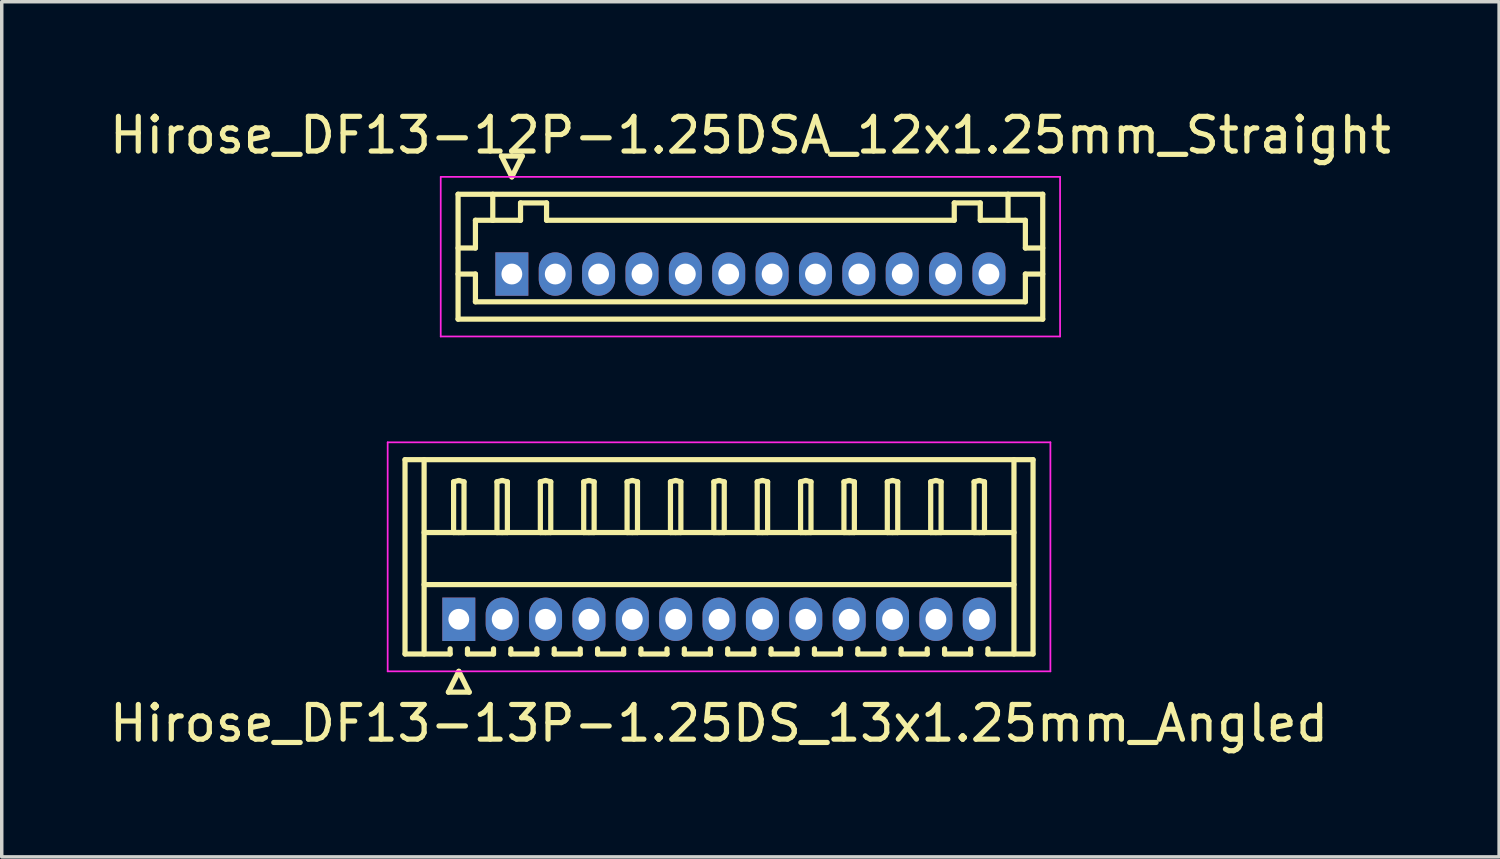
<source format=kicad_pcb>
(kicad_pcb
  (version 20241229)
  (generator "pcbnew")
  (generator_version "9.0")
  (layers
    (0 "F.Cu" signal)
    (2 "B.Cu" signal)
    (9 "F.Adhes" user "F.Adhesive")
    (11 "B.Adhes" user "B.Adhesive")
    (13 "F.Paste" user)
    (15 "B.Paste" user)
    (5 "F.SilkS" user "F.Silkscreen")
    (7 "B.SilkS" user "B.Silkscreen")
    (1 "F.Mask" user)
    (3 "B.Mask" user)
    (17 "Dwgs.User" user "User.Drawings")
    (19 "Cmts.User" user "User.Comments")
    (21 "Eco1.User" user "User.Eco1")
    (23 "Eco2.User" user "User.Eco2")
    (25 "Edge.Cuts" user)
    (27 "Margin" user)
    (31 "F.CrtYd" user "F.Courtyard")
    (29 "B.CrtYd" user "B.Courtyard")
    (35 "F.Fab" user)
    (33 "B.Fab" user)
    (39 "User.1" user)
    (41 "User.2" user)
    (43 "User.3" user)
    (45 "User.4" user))
  (footprint "Hirose_DF13-12P-1.25DSA_12x1.25mm_Straight"
    (layer "F.Cu")
    (at 11.702 4.848)
    (property "Reference" "Hirose_DF13-12P-1.25DSA_12x1.25mm_Straight" (at 6.875 -4 0) (layer "F.SilkS") (effects (font (size 1 1) (thickness 0.15))))
    (attr through_hole)
    (fp_line (start -1.55 -2.3) (end -1.55 1.3) (stroke (width 0.15) (type solid)) (layer "F.SilkS"))
    (fp_line (start -1.55 -0.75) (end -1.05 -0.75) (stroke (width 0.15) (type solid)) (layer "F.SilkS"))
    (fp_line (start -1.55 0) (end -1.05 0) (stroke (width 0.15) (type solid)) (layer "F.SilkS"))
    (fp_line (start -1.55 1.3) (end 15.3 1.3) (stroke (width 0.15) (type solid)) (layer "F.SilkS"))
    (fp_line (start -1.05 -1.55) (end -0.55 -1.55) (stroke (width 0.15) (type solid)) (layer "F.SilkS"))
    (fp_line (start -1.05 -0.75) (end -1.05 -1.55) (stroke (width 0.15) (type solid)) (layer "F.SilkS"))
    (fp_line (start -1.05 0) (end -1.05 0.8) (stroke (width 0.15) (type solid)) (layer "F.SilkS"))
    (fp_line (start -1.05 0.8) (end 14.8 0.8) (stroke (width 0.15) (type solid)) (layer "F.SilkS"))
    (fp_line (start -0.55 -1.55) (end -0.55 -2.3) (stroke (width 0.15) (type solid)) (layer "F.SilkS"))
    (fp_line (start -0.55 -1.55) (end 0.25 -1.55) (stroke (width 0.15) (type solid)) (layer "F.SilkS"))
    (fp_line (start -0.3 -3.4) (end 0.3 -3.4) (stroke (width 0.15) (type solid)) (layer "F.SilkS"))
    (fp_line (start 0 -2.8) (end -0.3 -3.4) (stroke (width 0.15) (type solid)) (layer "F.SilkS"))
    (fp_line (start 0.25 -2.05) (end 1 -2.05) (stroke (width 0.15) (type solid)) (layer "F.SilkS"))
    (fp_line (start 0.25 -1.55) (end 0.25 -2.05) (stroke (width 0.15) (type solid)) (layer "F.SilkS"))
    (fp_line (start 0.3 -3.4) (end 0 -2.8) (stroke (width 0.15) (type solid)) (layer "F.SilkS"))
    (fp_line (start 1 -2.05) (end 1 -1.55) (stroke (width 0.15) (type solid)) (layer "F.SilkS"))
    (fp_line (start 1 -1.55) (end 12.75 -1.55) (stroke (width 0.15) (type solid)) (layer "F.SilkS"))
    (fp_line (start 12.75 -2.05) (end 13.5 -2.05) (stroke (width 0.15) (type solid)) (layer "F.SilkS"))
    (fp_line (start 12.75 -1.55) (end 12.75 -2.05) (stroke (width 0.15) (type solid)) (layer "F.SilkS"))
    (fp_line (start 13.5 -2.05) (end 13.5 -1.55) (stroke (width 0.15) (type solid)) (layer "F.SilkS"))
    (fp_line (start 13.5 -1.55) (end 14.3 -1.55) (stroke (width 0.15) (type solid)) (layer "F.SilkS"))
    (fp_line (start 14.3 -1.55) (end 14.3 -2.3) (stroke (width 0.15) (type solid)) (layer "F.SilkS"))
    (fp_line (start 14.8 -1.55) (end 14.3 -1.55) (stroke (width 0.15) (type solid)) (layer "F.SilkS"))
    (fp_line (start 14.8 -0.75) (end 14.8 -1.55) (stroke (width 0.15) (type solid)) (layer "F.SilkS"))
    (fp_line (start 14.8 0) (end 15.3 0) (stroke (width 0.15) (type solid)) (layer "F.SilkS"))
    (fp_line (start 14.8 0.8) (end 14.8 0) (stroke (width 0.15) (type solid)) (layer "F.SilkS"))
    (fp_line (start 15.3 -2.3) (end -1.55 -2.3) (stroke (width 0.15) (type solid)) (layer "F.SilkS"))
    (fp_line (start 15.3 -0.75) (end 14.8 -0.75) (stroke (width 0.15) (type solid)) (layer "F.SilkS"))
    (fp_line (start 15.3 1.3) (end 15.3 -2.3) (stroke (width 0.15) (type solid)) (layer "F.SilkS"))
    (fp_line (start -2.05 -2.8) (end -2.05 1.8) (stroke (width 0.05) (type solid)) (layer "F.CrtYd"))
    (fp_line (start -2.05 1.8) (end 15.8 1.8) (stroke (width 0.05) (type solid)) (layer "F.CrtYd"))
    (fp_line (start 15.8 -2.8) (end -2.05 -2.8) (stroke (width 0.05) (type solid)) (layer "F.CrtYd"))
    (fp_line (start 15.8 1.8) (end 15.8 -2.8) (stroke (width 0.05) (type solid)) (layer "F.CrtYd"))
    (pad "1" thru_hole rect (at 0 0) (size 0.95 1.25) (drill 0.6) (layers "*.Cu" "*.Mask"))
    (pad "2" thru_hole oval (at 1.25 0) (size 0.95 1.25) (drill 0.6) (layers "*.Cu" "*.Mask"))
    (pad "3" thru_hole oval (at 2.5 0) (size 0.95 1.25) (drill 0.6) (layers "*.Cu" "*.Mask"))
    (pad "4" thru_hole oval (at 3.75 0) (size 0.95 1.25) (drill 0.6) (layers "*.Cu" "*.Mask"))
    (pad "5" thru_hole oval (at 5 0) (size 0.95 1.25) (drill 0.6) (layers "*.Cu" "*.Mask"))
    (pad "6" thru_hole oval (at 6.25 0) (size 0.95 1.25) (drill 0.6) (layers "*.Cu" "*.Mask"))
    (pad "7" thru_hole oval (at 7.5 0) (size 0.95 1.25) (drill 0.6) (layers "*.Cu" "*.Mask"))
    (pad "8" thru_hole oval (at 8.75 0) (size 0.95 1.25) (drill 0.6) (layers "*.Cu" "*.Mask"))
    (pad "9" thru_hole oval (at 10 0) (size 0.95 1.25) (drill 0.6) (layers "*.Cu" "*.Mask"))
    (pad "10" thru_hole oval (at 11.25 0) (size 0.95 1.25) (drill 0.6) (layers "*.Cu" "*.Mask"))
    (pad "11" thru_hole oval (at 12.5 0) (size 0.95 1.25) (drill 0.6) (layers "*.Cu" "*.Mask"))
    (pad "12" thru_hole oval (at 13.75 0) (size 0.95 1.25) (drill 0.6) (layers "*.Cu" "*.Mask")))
  (footprint "Hirose_DF13-13P-1.25DS_13x1.25mm_Angled"
    (layer "F.Cu")
    (at 10.173 14.798)
    (property "Reference" "Hirose_DF13-13P-1.25DS_13x1.25mm_Angled" (at 7.5 3 0) (layer "F.SilkS") (effects (font (size 1 1) (thickness 0.15))))
    (attr through_hole)
    (fp_line (start -1.55 -4.6) (end 16.55 -4.6) (stroke (width 0.15) (type solid)) (layer "F.SilkS"))
    (fp_line (start -1.55 1) (end -1.55 -4.6) (stroke (width 0.15) (type solid)) (layer "F.SilkS"))
    (fp_line (start -1 -4.6) (end -1 1) (stroke (width 0.15) (type solid)) (layer "F.SilkS"))
    (fp_line (start -1 -2.5) (end 16 -2.5) (stroke (width 0.15) (type solid)) (layer "F.SilkS"))
    (fp_line (start -1 -1) (end 16 -1) (stroke (width 0.15) (type solid)) (layer "F.SilkS"))
    (fp_line (start -0.3 2.1) (end 0.3 2.1) (stroke (width 0.15) (type solid)) (layer "F.SilkS"))
    (fp_line (start -0.25 0.85) (end -0.25 1) (stroke (width 0.15) (type solid)) (layer "F.SilkS"))
    (fp_line (start -0.25 1) (end -1.55 1) (stroke (width 0.15) (type solid)) (layer "F.SilkS"))
    (fp_line (start -0.15 -3.962) (end 0 -4) (stroke (width 0.15) (type solid)) (layer "F.SilkS"))
    (fp_line (start -0.15 -2.5) (end -0.15 -3.962) (stroke (width 0.15) (type solid)) (layer "F.SilkS"))
    (fp_line (start 0 -4) (end 0.15 -3.962) (stroke (width 0.15) (type solid)) (layer "F.SilkS"))
    (fp_line (start 0 -2.5) (end -0.15 -2.5) (stroke (width 0.15) (type solid)) (layer "F.SilkS"))
    (fp_line (start 0 1.5) (end -0.3 2.1) (stroke (width 0.15) (type solid)) (layer "F.SilkS"))
    (fp_line (start 0.15 -3.962) (end 0.15 -2.5) (stroke (width 0.15) (type solid)) (layer "F.SilkS"))
    (fp_line (start 0.15 -2.5) (end 0 -2.5) (stroke (width 0.15) (type solid)) (layer "F.SilkS"))
    (fp_line (start 0.25 0.85) (end 0.25 1) (stroke (width 0.15) (type solid)) (layer "F.SilkS"))
    (fp_line (start 0.25 1) (end 1 1) (stroke (width 0.15) (type solid)) (layer "F.SilkS"))
    (fp_line (start 0.3 2.1) (end 0 1.5) (stroke (width 0.15) (type solid)) (layer "F.SilkS"))
    (fp_line (start 1 1) (end 1 0.85) (stroke (width 0.15) (type solid)) (layer "F.SilkS"))
    (fp_line (start 1.1 -3.962) (end 1.25 -4) (stroke (width 0.15) (type solid)) (layer "F.SilkS"))
    (fp_line (start 1.1 -2.5) (end 1.1 -3.962) (stroke (width 0.15) (type solid)) (layer "F.SilkS"))
    (fp_line (start 1.25 -4) (end 1.4 -3.962) (stroke (width 0.15) (type solid)) (layer "F.SilkS"))
    (fp_line (start 1.25 -2.5) (end 1.1 -2.5) (stroke (width 0.15) (type solid)) (layer "F.SilkS"))
    (fp_line (start 1.4 -3.962) (end 1.4 -2.5) (stroke (width 0.15) (type solid)) (layer "F.SilkS"))
    (fp_line (start 1.4 -2.5) (end 1.25 -2.5) (stroke (width 0.15) (type solid)) (layer "F.SilkS"))
    (fp_line (start 1.5 0.85) (end 1.5 1) (stroke (width 0.15) (type solid)) (layer "F.SilkS"))
    (fp_line (start 1.5 1) (end 2.25 1) (stroke (width 0.15) (type solid)) (layer "F.SilkS"))
    (fp_line (start 2.25 1) (end 2.25 0.85) (stroke (width 0.15) (type solid)) (layer "F.SilkS"))
    (fp_line (start 2.35 -3.962) (end 2.5 -4) (stroke (width 0.15) (type solid)) (layer "F.SilkS"))
    (fp_line (start 2.35 -2.5) (end 2.35 -3.962) (stroke (width 0.15) (type solid)) (layer "F.SilkS"))
    (fp_line (start 2.5 -4) (end 2.65 -3.962) (stroke (width 0.15) (type solid)) (layer "F.SilkS"))
    (fp_line (start 2.5 -2.5) (end 2.35 -2.5) (stroke (width 0.15) (type solid)) (layer "F.SilkS"))
    (fp_line (start 2.65 -3.962) (end 2.65 -2.5) (stroke (width 0.15) (type solid)) (layer "F.SilkS"))
    (fp_line (start 2.65 -2.5) (end 2.5 -2.5) (stroke (width 0.15) (type solid)) (layer "F.SilkS"))
    (fp_line (start 2.75 0.85) (end 2.75 1) (stroke (width 0.15) (type solid)) (layer "F.SilkS"))
    (fp_line (start 2.75 1) (end 3.5 1) (stroke (width 0.15) (type solid)) (layer "F.SilkS"))
    (fp_line (start 3.5 1) (end 3.5 0.85) (stroke (width 0.15) (type solid)) (layer "F.SilkS"))
    (fp_line (start 3.6 -3.962) (end 3.75 -4) (stroke (width 0.15) (type solid)) (layer "F.SilkS"))
    (fp_line (start 3.6 -2.5) (end 3.6 -3.962) (stroke (width 0.15) (type solid)) (layer "F.SilkS"))
    (fp_line (start 3.75 -4) (end 3.9 -3.962) (stroke (width 0.15) (type solid)) (layer "F.SilkS"))
    (fp_line (start 3.75 -2.5) (end 3.6 -2.5) (stroke (width 0.15) (type solid)) (layer "F.SilkS"))
    (fp_line (start 3.9 -3.962) (end 3.9 -2.5) (stroke (width 0.15) (type solid)) (layer "F.SilkS"))
    (fp_line (start 3.9 -2.5) (end 3.75 -2.5) (stroke (width 0.15) (type solid)) (layer "F.SilkS"))
    (fp_line (start 4 0.85) (end 4 1) (stroke (width 0.15) (type solid)) (layer "F.SilkS"))
    (fp_line (start 4 1) (end 4.75 1) (stroke (width 0.15) (type solid)) (layer "F.SilkS"))
    (fp_line (start 4.75 1) (end 4.75 0.85) (stroke (width 0.15) (type solid)) (layer "F.SilkS"))
    (fp_line (start 4.85 -3.962) (end 5 -4) (stroke (width 0.15) (type solid)) (layer "F.SilkS"))
    (fp_line (start 4.85 -2.5) (end 4.85 -3.962) (stroke (width 0.15) (type solid)) (layer "F.SilkS"))
    (fp_line (start 5 -4) (end 5.15 -3.962) (stroke (width 0.15) (type solid)) (layer "F.SilkS"))
    (fp_line (start 5 -2.5) (end 4.85 -2.5) (stroke (width 0.15) (type solid)) (layer "F.SilkS"))
    (fp_line (start 5.15 -3.962) (end 5.15 -2.5) (stroke (width 0.15) (type solid)) (layer "F.SilkS"))
    (fp_line (start 5.15 -2.5) (end 5 -2.5) (stroke (width 0.15) (type solid)) (layer "F.SilkS"))
    (fp_line (start 5.25 0.85) (end 5.25 1) (stroke (width 0.15) (type solid)) (layer "F.SilkS"))
    (fp_line (start 5.25 1) (end 6 1) (stroke (width 0.15) (type solid)) (layer "F.SilkS"))
    (fp_line (start 6 1) (end 6 0.85) (stroke (width 0.15) (type solid)) (layer "F.SilkS"))
    (fp_line (start 6.1 -3.962) (end 6.25 -4) (stroke (width 0.15) (type solid)) (layer "F.SilkS"))
    (fp_line (start 6.1 -2.5) (end 6.1 -3.962) (stroke (width 0.15) (type solid)) (layer "F.SilkS"))
    (fp_line (start 6.25 -4) (end 6.4 -3.962) (stroke (width 0.15) (type solid)) (layer "F.SilkS"))
    (fp_line (start 6.25 -2.5) (end 6.1 -2.5) (stroke (width 0.15) (type solid)) (layer "F.SilkS"))
    (fp_line (start 6.4 -3.962) (end 6.4 -2.5) (stroke (width 0.15) (type solid)) (layer "F.SilkS"))
    (fp_line (start 6.4 -2.5) (end 6.25 -2.5) (stroke (width 0.15) (type solid)) (layer "F.SilkS"))
    (fp_line (start 6.5 0.85) (end 6.5 1) (stroke (width 0.15) (type solid)) (layer "F.SilkS"))
    (fp_line (start 6.5 1) (end 7.25 1) (stroke (width 0.15) (type solid)) (layer "F.SilkS"))
    (fp_line (start 7.25 1) (end 7.25 0.85) (stroke (width 0.15) (type solid)) (layer "F.SilkS"))
    (fp_line (start 7.35 -3.962) (end 7.5 -4) (stroke (width 0.15) (type solid)) (layer "F.SilkS"))
    (fp_line (start 7.35 -2.5) (end 7.35 -3.962) (stroke (width 0.15) (type solid)) (layer "F.SilkS"))
    (fp_line (start 7.5 -4) (end 7.65 -3.962) (stroke (width 0.15) (type solid)) (layer "F.SilkS"))
    (fp_line (start 7.5 -2.5) (end 7.35 -2.5) (stroke (width 0.15) (type solid)) (layer "F.SilkS"))
    (fp_line (start 7.65 -3.962) (end 7.65 -2.5) (stroke (width 0.15) (type solid)) (layer "F.SilkS"))
    (fp_line (start 7.65 -2.5) (end 7.5 -2.5) (stroke (width 0.15) (type solid)) (layer "F.SilkS"))
    (fp_line (start 7.75 0.85) (end 7.75 1) (stroke (width 0.15) (type solid)) (layer "F.SilkS"))
    (fp_line (start 7.75 1) (end 8.5 1) (stroke (width 0.15) (type solid)) (layer "F.SilkS"))
    (fp_line (start 8.5 1) (end 8.5 0.85) (stroke (width 0.15) (type solid)) (layer "F.SilkS"))
    (fp_line (start 8.6 -3.962) (end 8.75 -4) (stroke (width 0.15) (type solid)) (layer "F.SilkS"))
    (fp_line (start 8.6 -2.5) (end 8.6 -3.962) (stroke (width 0.15) (type solid)) (layer "F.SilkS"))
    (fp_line (start 8.75 -4) (end 8.9 -3.962) (stroke (width 0.15) (type solid)) (layer "F.SilkS"))
    (fp_line (start 8.75 -2.5) (end 8.6 -2.5) (stroke (width 0.15) (type solid)) (layer "F.SilkS"))
    (fp_line (start 8.9 -3.962) (end 8.9 -2.5) (stroke (width 0.15) (type solid)) (layer "F.SilkS"))
    (fp_line (start 8.9 -2.5) (end 8.75 -2.5) (stroke (width 0.15) (type solid)) (layer "F.SilkS"))
    (fp_line (start 9 0.85) (end 9 1) (stroke (width 0.15) (type solid)) (layer "F.SilkS"))
    (fp_line (start 9 1) (end 9.75 1) (stroke (width 0.15) (type solid)) (layer "F.SilkS"))
    (fp_line (start 9.75 1) (end 9.75 0.85) (stroke (width 0.15) (type solid)) (layer "F.SilkS"))
    (fp_line (start 9.85 -3.962) (end 10 -4) (stroke (width 0.15) (type solid)) (layer "F.SilkS"))
    (fp_line (start 9.85 -2.5) (end 9.85 -3.962) (stroke (width 0.15) (type solid)) (layer "F.SilkS"))
    (fp_line (start 10 -4) (end 10.15 -3.962) (stroke (width 0.15) (type solid)) (layer "F.SilkS"))
    (fp_line (start 10 -2.5) (end 9.85 -2.5) (stroke (width 0.15) (type solid)) (layer "F.SilkS"))
    (fp_line (start 10.15 -3.962) (end 10.15 -2.5) (stroke (width 0.15) (type solid)) (layer "F.SilkS"))
    (fp_line (start 10.15 -2.5) (end 10 -2.5) (stroke (width 0.15) (type solid)) (layer "F.SilkS"))
    (fp_line (start 10.25 0.85) (end 10.25 1) (stroke (width 0.15) (type solid)) (layer "F.SilkS"))
    (fp_line (start 10.25 1) (end 11 1) (stroke (width 0.15) (type solid)) (layer "F.SilkS"))
    (fp_line (start 11 1) (end 11 0.85) (stroke (width 0.15) (type solid)) (layer "F.SilkS"))
    (fp_line (start 11.1 -3.962) (end 11.25 -4) (stroke (width 0.15) (type solid)) (layer "F.SilkS"))
    (fp_line (start 11.1 -2.5) (end 11.1 -3.962) (stroke (width 0.15) (type solid)) (layer "F.SilkS"))
    (fp_line (start 11.25 -4) (end 11.4 -3.962) (stroke (width 0.15) (type solid)) (layer "F.SilkS"))
    (fp_line (start 11.25 -2.5) (end 11.1 -2.5) (stroke (width 0.15) (type solid)) (layer "F.SilkS"))
    (fp_line (start 11.4 -3.962) (end 11.4 -2.5) (stroke (width 0.15) (type solid)) (layer "F.SilkS"))
    (fp_line (start 11.4 -2.5) (end 11.25 -2.5) (stroke (width 0.15) (type solid)) (layer "F.SilkS"))
    (fp_line (start 11.5 0.85) (end 11.5 1) (stroke (width 0.15) (type solid)) (layer "F.SilkS"))
    (fp_line (start 11.5 1) (end 12.25 1) (stroke (width 0.15) (type solid)) (layer "F.SilkS"))
    (fp_line (start 12.25 1) (end 12.25 0.85) (stroke (width 0.15) (type solid)) (layer "F.SilkS"))
    (fp_line (start 12.35 -3.962) (end 12.5 -4) (stroke (width 0.15) (type solid)) (layer "F.SilkS"))
    (fp_line (start 12.35 -2.5) (end 12.35 -3.962) (stroke (width 0.15) (type solid)) (layer "F.SilkS"))
    (fp_line (start 12.5 -4) (end 12.65 -3.962) (stroke (width 0.15) (type solid)) (layer "F.SilkS"))
    (fp_line (start 12.5 -2.5) (end 12.35 -2.5) (stroke (width 0.15) (type solid)) (layer "F.SilkS"))
    (fp_line (start 12.65 -3.962) (end 12.65 -2.5) (stroke (width 0.15) (type solid)) (layer "F.SilkS"))
    (fp_line (start 12.65 -2.5) (end 12.5 -2.5) (stroke (width 0.15) (type solid)) (layer "F.SilkS"))
    (fp_line (start 12.75 0.85) (end 12.75 1) (stroke (width 0.15) (type solid)) (layer "F.SilkS"))
    (fp_line (start 12.75 1) (end 13.5 1) (stroke (width 0.15) (type solid)) (layer "F.SilkS"))
    (fp_line (start 13.5 1) (end 13.5 0.85) (stroke (width 0.15) (type solid)) (layer "F.SilkS"))
    (fp_line (start 13.6 -3.962) (end 13.75 -4) (stroke (width 0.15) (type solid)) (layer "F.SilkS"))
    (fp_line (start 13.6 -2.5) (end 13.6 -3.962) (stroke (width 0.15) (type solid)) (layer "F.SilkS"))
    (fp_line (start 13.75 -4) (end 13.9 -3.962) (stroke (width 0.15) (type solid)) (layer "F.SilkS"))
    (fp_line (start 13.75 -2.5) (end 13.6 -2.5) (stroke (width 0.15) (type solid)) (layer "F.SilkS"))
    (fp_line (start 13.9 -3.962) (end 13.9 -2.5) (stroke (width 0.15) (type solid)) (layer "F.SilkS"))
    (fp_line (start 13.9 -2.5) (end 13.75 -2.5) (stroke (width 0.15) (type solid)) (layer "F.SilkS"))
    (fp_line (start 14 0.85) (end 14 1) (stroke (width 0.15) (type solid)) (layer "F.SilkS"))
    (fp_line (start 14 1) (end 14.75 1) (stroke (width 0.15) (type solid)) (layer "F.SilkS"))
    (fp_line (start 14.75 1) (end 14.75 0.85) (stroke (width 0.15) (type solid)) (layer "F.SilkS"))
    (fp_line (start 14.85 -3.962) (end 15 -4) (stroke (width 0.15) (type solid)) (layer "F.SilkS"))
    (fp_line (start 14.85 -2.5) (end 14.85 -3.962) (stroke (width 0.15) (type solid)) (layer "F.SilkS"))
    (fp_line (start 15 -4) (end 15.15 -3.962) (stroke (width 0.15) (type solid)) (layer "F.SilkS"))
    (fp_line (start 15 -2.5) (end 14.85 -2.5) (stroke (width 0.15) (type solid)) (layer "F.SilkS"))
    (fp_line (start 15.15 -3.962) (end 15.15 -2.5) (stroke (width 0.15) (type solid)) (layer "F.SilkS"))
    (fp_line (start 15.15 -2.5) (end 15 -2.5) (stroke (width 0.15) (type solid)) (layer "F.SilkS"))
    (fp_line (start 15.25 1) (end 15.25 0.85) (stroke (width 0.15) (type solid)) (layer "F.SilkS"))
    (fp_line (start 16 -4.6) (end 16 1) (stroke (width 0.15) (type solid)) (layer "F.SilkS"))
    (fp_line (start 16.55 -4.6) (end 16.55 1) (stroke (width 0.15) (type solid)) (layer "F.SilkS"))
    (fp_line (start 16.55 1) (end 15.25 1) (stroke (width 0.15) (type solid)) (layer "F.SilkS"))
    (fp_line (start -2.05 -5.1) (end -2.05 1.5) (stroke (width 0.05) (type solid)) (layer "F.CrtYd"))
    (fp_line (start -2.05 1.5) (end 17.05 1.5) (stroke (width 0.05) (type solid)) (layer "F.CrtYd"))
    (fp_line (start 17.05 -5.1) (end -2.05 -5.1) (stroke (width 0.05) (type solid)) (layer "F.CrtYd"))
    (fp_line (start 17.05 1.5) (end 17.05 -5.1) (stroke (width 0.05) (type solid)) (layer "F.CrtYd"))
    (pad "1" thru_hole rect (at 0 0) (size 0.95 1.25) (drill 0.6) (layers "*.Cu" "*.Mask"))
    (pad "2" thru_hole oval (at 1.25 0) (size 0.95 1.25) (drill 0.6) (layers "*.Cu" "*.Mask"))
    (pad "3" thru_hole oval (at 2.5 0) (size 0.95 1.25) (drill 0.6) (layers "*.Cu" "*.Mask"))
    (pad "4" thru_hole oval (at 3.75 0) (size 0.95 1.25) (drill 0.6) (layers "*.Cu" "*.Mask"))
    (pad "5" thru_hole oval (at 5 0) (size 0.95 1.25) (drill 0.6) (layers "*.Cu" "*.Mask"))
    (pad "6" thru_hole oval (at 6.25 0) (size 0.95 1.25) (drill 0.6) (layers "*.Cu" "*.Mask"))
    (pad "7" thru_hole oval (at 7.5 0) (size 0.95 1.25) (drill 0.6) (layers "*.Cu" "*.Mask"))
    (pad "8" thru_hole oval (at 8.75 0) (size 0.95 1.25) (drill 0.6) (layers "*.Cu" "*.Mask"))
    (pad "9" thru_hole oval (at 10 0) (size 0.95 1.25) (drill 0.6) (layers "*.Cu" "*.Mask"))
    (pad "10" thru_hole oval (at 11.25 0) (size 0.95 1.25) (drill 0.6) (layers "*.Cu" "*.Mask"))
    (pad "11" thru_hole oval (at 12.5 0) (size 0.95 1.25) (drill 0.6) (layers "*.Cu" "*.Mask"))
    (pad "12" thru_hole oval (at 13.75 0) (size 0.95 1.25) (drill 0.6) (layers "*.Cu" "*.Mask"))
    (pad "13" thru_hole oval (at 15 0) (size 0.95 1.25) (drill 0.6) (layers "*.Cu" "*.Mask")))
  (gr_rect
    (start -3 -3)
    (end 40.155 21.646)
    (stroke (width 0.1) (type default))
    (fill no)
    (layer "Edge.Cuts")))
</source>
